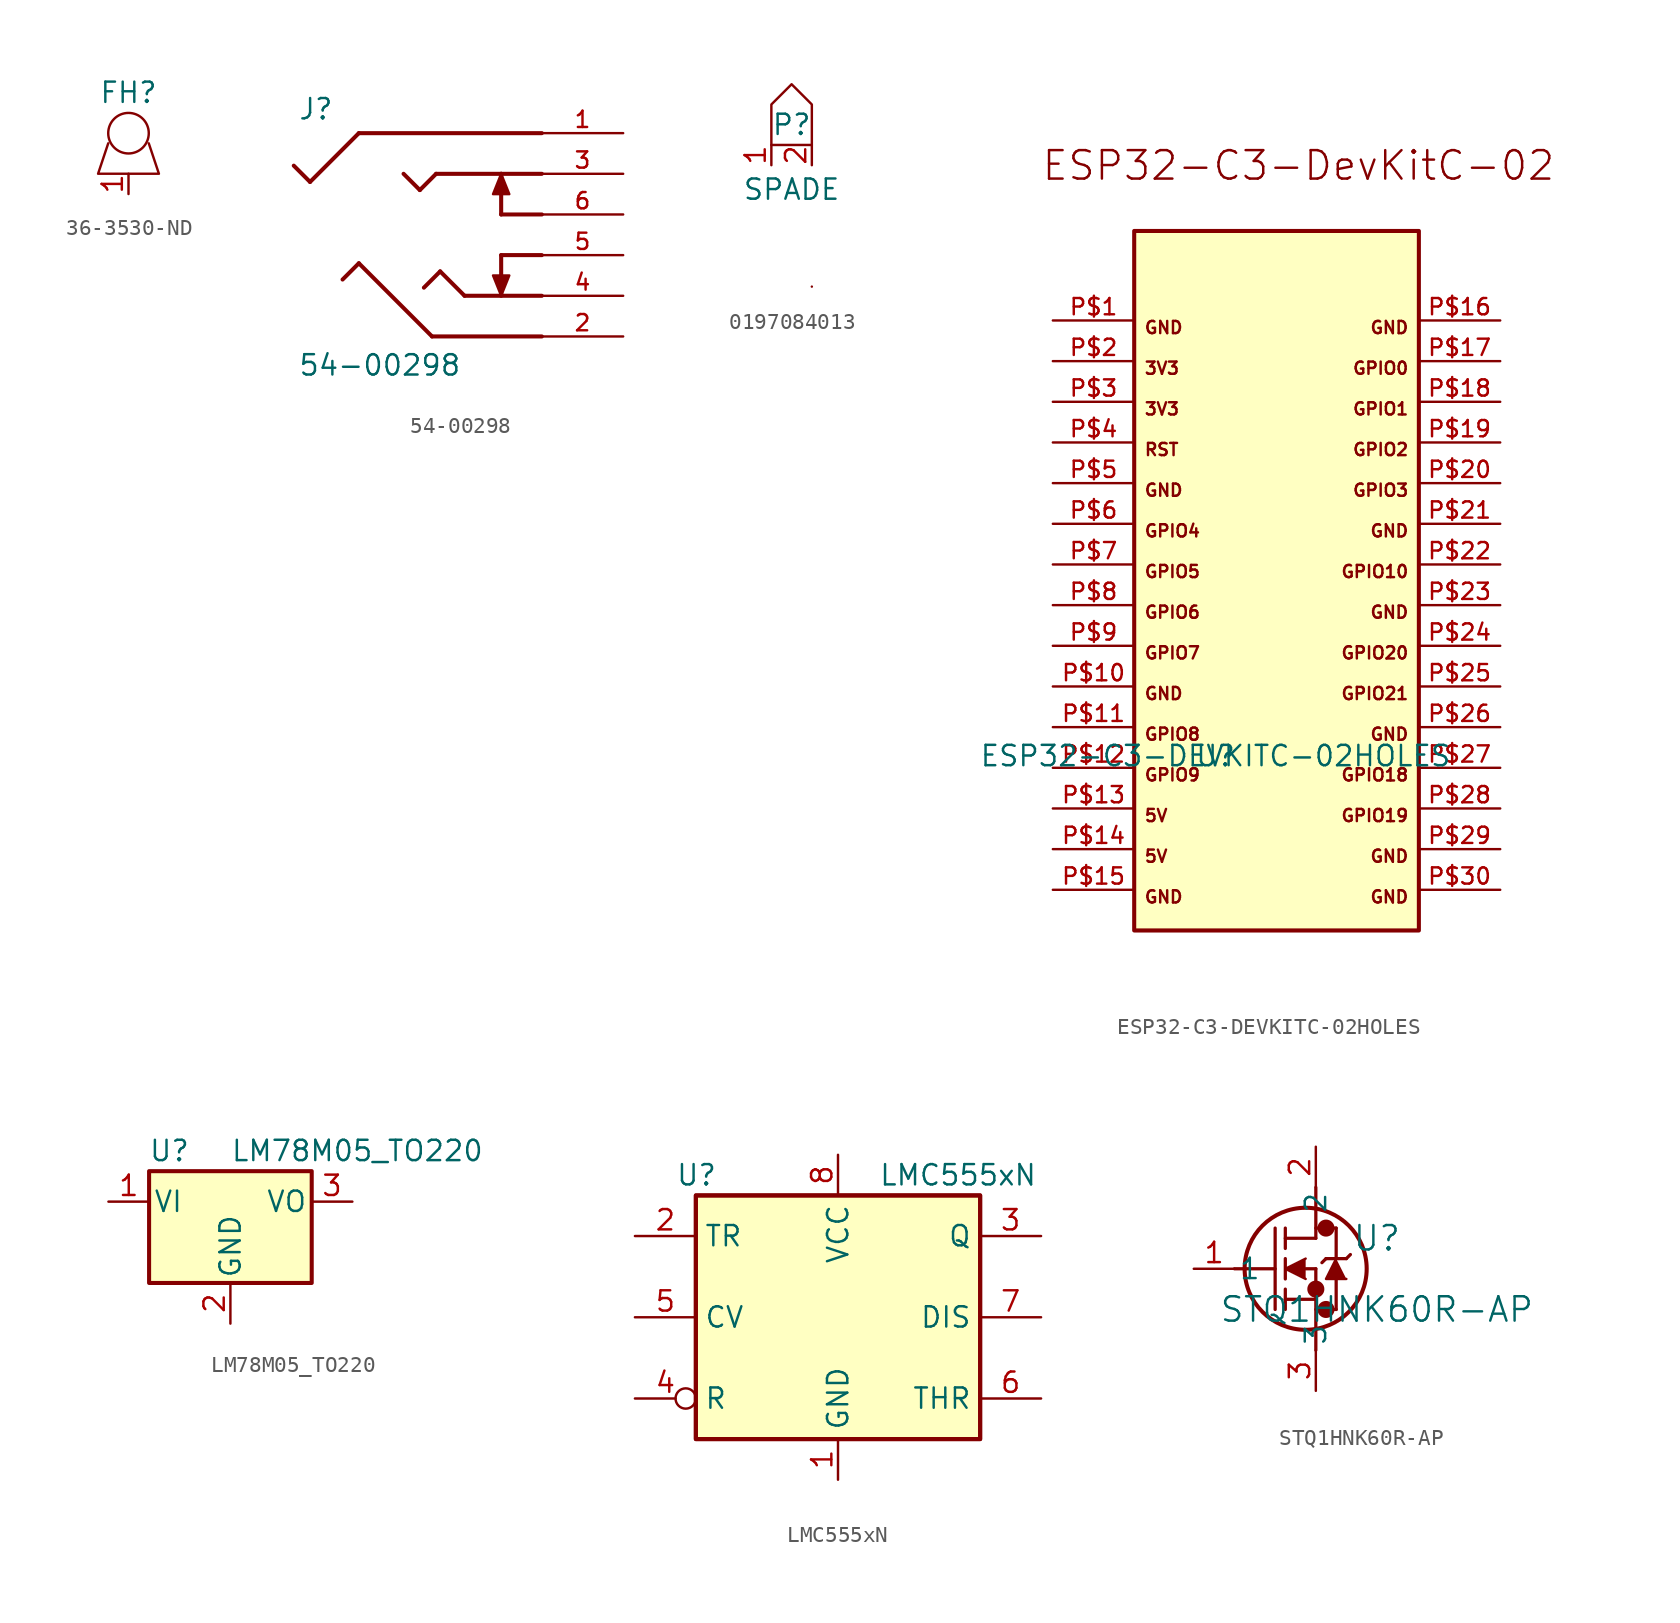
<source format=kicad_sym>
(kicad_symbol_lib
  (version 20231120)
  (generator "kicad_symbol_editor")
  (generator_version "8.0")
  (symbol "36-3530-ND"
    (property "Reference" "FH"
      (at 0 0 0)
      (effects (font (size 1.27 1.27))))
    (property "Value" ""
      (at 0 0 0)
      (effects (font (size 1.27 1.27))))
    (symbol "36-3530-ND_0_1"
      (polyline (pts (xy -1.27 -3.175) (xy -1.905 -5.08) (xy 1.905 -5.08) (xy 1.27 -3.175)) (stroke (width 0) (type default)) (fill (type none))))
    (symbol "36-3530-ND_1_1"
      (circle (center 0 -2.54) (radius 1.27) (stroke (width 0) (type default)) (fill (type none)))
      (pin unspecified line (at 0 -6.35 90) (length 1.27) (name "" (effects (font (size 1.27 1.27)))) (number "1" (effects (font (size 1.27 1.27)))))))
  (symbol "54-00298"
    (pin_names
      (offset 1.016))
    (property "Reference" "J"
      (at -15.24 8.382 0)
      (effects (font (size 1.27 1.27)) (justify left bottom)))
    (property "Value" "54-00298"
      (at -15.24 -7.62 0)
      (effects (font (size 1.27 1.27)) (justify left bottom)))
    (symbol "54-00298_0_0"
      (polyline (pts (xy -15.494 5.588) (xy -14.478 4.572)) (stroke (width 0.254) (type default)) (fill (type none)))
      (polyline (pts (xy -14.478 4.572) (xy -11.43 7.62)) (stroke (width 0.254) (type default)) (fill (type none)))
      (polyline (pts (xy -12.446 -1.524) (xy -11.43 -0.508)) (stroke (width 0.254) (type default)) (fill (type none)))
      (polyline (pts (xy -11.43 -0.508) (xy -6.858 -5.08)) (stroke (width 0.254) (type default)) (fill (type none)))
      (polyline (pts (xy -11.43 7.62) (xy 0 7.62)) (stroke (width 0.254) (type default)) (fill (type none)))
      (polyline (pts (xy -8.636 5.08) (xy -7.62 4.064)) (stroke (width 0.254) (type default)) (fill (type none)))
      (polyline (pts (xy -7.62 4.064) (xy -6.604 5.08)) (stroke (width 0.254) (type default)) (fill (type none)))
      (polyline (pts (xy -7.366 -2.032) (xy -6.35 -1.016)) (stroke (width 0.254) (type default)) (fill (type none)))
      (polyline (pts (xy -6.858 -5.08) (xy 0 -5.08)) (stroke (width 0.254) (type default)) (fill (type none)))
      (polyline (pts (xy -6.604 5.08) (xy -2.54 5.08)) (stroke (width 0.254) (type default)) (fill (type none)))
      (polyline (pts (xy -6.35 -1.016) (xy -4.826 -2.54)) (stroke (width 0.254) (type default)) (fill (type none)))
      (polyline (pts (xy -4.826 -2.54) (xy 0 -2.54)) (stroke (width 0.254) (type default)) (fill (type none)))
      (polyline (pts (xy -2.54 0) (xy -2.54 -2.54)) (stroke (width 0.254) (type default)) (fill (type none)))
      (polyline (pts (xy -2.54 0) (xy 0 0)) (stroke (width 0.254) (type default)) (fill (type none)))
      (polyline (pts (xy -2.54 2.54) (xy -2.54 5.08)) (stroke (width 0.254) (type default)) (fill (type none)))
      (polyline (pts (xy -2.54 2.54) (xy 0 2.54)) (stroke (width 0.254) (type default)) (fill (type none)))
      (polyline (pts (xy -2.54 5.08) (xy 0 5.08)) (stroke (width 0.254) (type default)) (fill (type none)))
      (polyline (pts (xy -2.54 -2.54) (xy -3.048 -1.27) (xy -2.032 -1.27) (xy -2.54 -2.54)) (stroke (width 0.152) (type default)) (fill (type outline)))
      (polyline (pts (xy -2.54 5.08) (xy -2.032 3.81) (xy -3.048 3.81) (xy -2.54 5.08)) (stroke (width 0.152) (type default)) (fill (type outline)))
      (pin passive line (at 5.08 7.62 180) (length 5.08) (name "~" (effects (font (size 1.016 1.016)))) (number "1" (effects (font (size 1.016 1.016)))))
      (pin passive line (at 5.08 -5.08 180) (length 5.08) (name "~" (effects (font (size 1.016 1.016)))) (number "2" (effects (font (size 1.016 1.016)))))
      (pin passive line (at 5.08 5.08 180) (length 5.08) (name "~" (effects (font (size 1.016 1.016)))) (number "3" (effects (font (size 1.016 1.016)))))
      (pin passive line (at 5.08 -2.54 180) (length 5.08) (name "~" (effects (font (size 1.016 1.016)))) (number "4" (effects (font (size 1.016 1.016)))))
      (pin passive line (at 5.08 0 180) (length 5.08) (name "~" (effects (font (size 1.016 1.016)))) (number "5" (effects (font (size 1.016 1.016)))))
      (pin passive line (at 5.08 2.54 180) (length 5.08) (name "~" (effects (font (size 1.016 1.016)))) (number "6" (effects (font (size 1.016 1.016)))))))
  (symbol "0197084013"
    (property "Reference" "P"
      (at 0 0 0)
      (effects (font (size 1.27 1.27))))
    (property "Value" "SPADE"
      (at 0 -4.064 0)
      (effects (font (size 1.27 1.27))))
    (symbol "0197084013_0_1"
      (polyline (pts (xy 1.27 -10.16) (xy 1.27 -10.16)) (stroke (width 0) (type default)) (fill (type none)))
      (polyline (pts (xy -1.27 -1.27) (xy -1.27 1.27) (xy 0 2.54) (xy 1.27 1.27) (xy 1.27 -1.27) (xy -1.27 -1.27)) (stroke (width 0) (type default)) (fill (type none))))
    (symbol "0197084013_1_1"
      (pin unspecified line (at -1.27 -2.54 90) (length 1.27) (name "" (effects (font (size 1.27 1.27)))) (number "1" (effects (font (size 1.27 1.27)))))
      (pin unspecified line (at 1.27 -2.54 90) (length 1.27) (name "" (effects (font (size 1.27 1.27)))) (number "2" (effects (font (size 1.27 1.27)))))))
  (symbol "ESP32-C3-DEVKITC-02HOLES"
    (pin_names
      (offset 1.016))
    (property "Reference" "U"
      (at 0 0 0)
      (effects (font (size 1.27 1.27)) (justify bottom)))
    (property "Value" "ESP32-C3-DEVKITC-02HOLES"
      (at 0 0 0)
      (effects (font (size 1.27 1.27)) (justify bottom)))
    (symbol "ESP32-C3-DEVKITC-02HOLES_0_0"
      (rectangle (start -5.08 33.531) (end 12.7 -10.16) (stroke (width 0.254) (type default)) (fill (type background)))
      (text " 3V3" (at -5.08 22.86 0) (effects (font (size 0.762 0.762)) (justify left top)))
      (text " 3V3" (at -5.08 25.4 0) (effects (font (size 0.762 0.762)) (justify left top)))
      (text " 5V" (at -5.08 -5.08 0) (effects (font (size 0.762 0.762)) (justify left top)))
      (text " 5V" (at -5.08 -2.54 0) (effects (font (size 0.762 0.762)) (justify left top)))
      (text " GND" (at -5.08 -7.62 0) (effects (font (size 0.762 0.762)) (justify left top)))
      (text " GND" (at -5.08 5.08 0) (effects (font (size 0.762 0.762)) (justify left top)))
      (text " GND" (at -5.08 17.78 0) (effects (font (size 0.762 0.762)) (justify left top)))
      (text " GND" (at -5.08 27.94 0) (effects (font (size 0.762 0.762)) (justify left top)))
      (text " GPIO4" (at -5.08 15.24 0) (effects (font (size 0.762 0.762)) (justify left top)))
      (text " GPIO5" (at -5.08 12.7 0) (effects (font (size 0.762 0.762)) (justify left top)))
      (text " GPIO6" (at -5.08 10.16 0) (effects (font (size 0.762 0.762)) (justify left top)))
      (text " GPIO7" (at -5.08 7.62 0) (effects (font (size 0.762 0.762)) (justify left top)))
      (text " GPIO8" (at -5.08 2.54 0) (effects (font (size 0.762 0.762)) (justify left top)))
      (text " GPIO9" (at -5.08 0 0) (effects (font (size 0.762 0.762)) (justify left top)))
      (text " RST" (at -5.08 20.32 0) (effects (font (size 0.762 0.762)) (justify left top)))
      (text "ESP32-C3-DevKitC-02" (at -10.922 36.576 0) (effects (font (size 1.778 1.778)) (justify left bottom)))
      (text "GND " (at 12.7 -7.62 0) (effects (font (size 0.762 0.762)) (justify right top)))
      (text "GND " (at 12.7 -5.08 0) (effects (font (size 0.762 0.762)) (justify right top)))
      (text "GND " (at 12.7 2.54 0) (effects (font (size 0.762 0.762)) (justify right top)))
      (text "GND " (at 12.7 10.16 0) (effects (font (size 0.762 0.762)) (justify right top)))
      (text "GND " (at 12.7 15.24 0) (effects (font (size 0.762 0.762)) (justify right top)))
      (text "GND " (at 12.7 27.94 0) (effects (font (size 0.762 0.762)) (justify right top)))
      (text "GPIO0 " (at 12.7 25.4 0) (effects (font (size 0.762 0.762)) (justify right top)))
      (text "GPIO1 " (at 12.7 22.86 0) (effects (font (size 0.762 0.762)) (justify right top)))
      (text "GPIO10 " (at 12.7 12.7 0) (effects (font (size 0.762 0.762)) (justify right top)))
      (text "GPIO18 " (at 12.7 0 0) (effects (font (size 0.762 0.762)) (justify right top)))
      (text "GPIO19 " (at 12.7 -2.54 0) (effects (font (size 0.762 0.762)) (justify right top)))
      (text "GPIO2 " (at 12.7 20.32 0) (effects (font (size 0.762 0.762)) (justify right top)))
      (text "GPIO20 " (at 12.7 7.62 0) (effects (font (size 0.762 0.762)) (justify right top)))
      (text "GPIO21 " (at 12.7 5.08 0) (effects (font (size 0.762 0.762)) (justify right top)))
      (text "GPIO3 " (at 12.7 17.78 0) (effects (font (size 0.762 0.762)) (justify right top)))
      (pin bidirectional line (at -10.16 27.94 0) (length 5.08) (name "~" (effects (font (size 1.016 1.016)))) (number "P$1" (effects (font (size 1.016 1.016)))))
      (pin bidirectional line (at -10.16 5.08 0) (length 5.08) (name "~" (effects (font (size 1.016 1.016)))) (number "P$10" (effects (font (size 1.016 1.016)))))
      (pin bidirectional line (at -10.16 2.54 0) (length 5.08) (name "~" (effects (font (size 1.016 1.016)))) (number "P$11" (effects (font (size 1.016 1.016)))))
      (pin bidirectional line (at -10.16 0 0) (length 5.08) (name "~" (effects (font (size 1.016 1.016)))) (number "P$12" (effects (font (size 1.016 1.016)))))
      (pin bidirectional line (at -10.16 -2.54 0) (length 5.08) (name "~" (effects (font (size 1.016 1.016)))) (number "P$13" (effects (font (size 1.016 1.016)))))
      (pin bidirectional line (at -10.16 -5.08 0) (length 5.08) (name "~" (effects (font (size 1.016 1.016)))) (number "P$14" (effects (font (size 1.016 1.016)))))
      (pin bidirectional line (at -10.16 -7.62 0) (length 5.08) (name "~" (effects (font (size 1.016 1.016)))) (number "P$15" (effects (font (size 1.016 1.016)))))
      (pin bidirectional line (at 17.78 27.94 180) (length 5.08) (name "~" (effects (font (size 1.016 1.016)))) (number "P$16" (effects (font (size 1.016 1.016)))))
      (pin bidirectional line (at 17.78 25.4 180) (length 5.08) (name "~" (effects (font (size 1.016 1.016)))) (number "P$17" (effects (font (size 1.016 1.016)))))
      (pin bidirectional line (at 17.78 22.86 180) (length 5.08) (name "~" (effects (font (size 1.016 1.016)))) (number "P$18" (effects (font (size 1.016 1.016)))))
      (pin bidirectional line (at 17.78 20.32 180) (length 5.08) (name "~" (effects (font (size 1.016 1.016)))) (number "P$19" (effects (font (size 1.016 1.016)))))
      (pin bidirectional line (at -10.16 25.4 0) (length 5.08) (name "~" (effects (font (size 1.016 1.016)))) (number "P$2" (effects (font (size 1.016 1.016)))))
      (pin bidirectional line (at 17.78 17.78 180) (length 5.08) (name "~" (effects (font (size 1.016 1.016)))) (number "P$20" (effects (font (size 1.016 1.016)))))
      (pin bidirectional line (at 17.78 15.24 180) (length 5.08) (name "~" (effects (font (size 1.016 1.016)))) (number "P$21" (effects (font (size 1.016 1.016)))))
      (pin bidirectional line (at 17.78 12.7 180) (length 5.08) (name "~" (effects (font (size 1.016 1.016)))) (number "P$22" (effects (font (size 1.016 1.016)))))
      (pin bidirectional line (at 17.78 10.16 180) (length 5.08) (name "~" (effects (font (size 1.016 1.016)))) (number "P$23" (effects (font (size 1.016 1.016)))))
      (pin bidirectional line (at 17.78 7.62 180) (length 5.08) (name "~" (effects (font (size 1.016 1.016)))) (number "P$24" (effects (font (size 1.016 1.016)))))
      (pin bidirectional line (at 17.78 5.08 180) (length 5.08) (name "~" (effects (font (size 1.016 1.016)))) (number "P$25" (effects (font (size 1.016 1.016)))))
      (pin bidirectional line (at 17.78 2.54 180) (length 5.08) (name "~" (effects (font (size 1.016 1.016)))) (number "P$26" (effects (font (size 1.016 1.016)))))
      (pin bidirectional line (at 17.78 0 180) (length 5.08) (name "~" (effects (font (size 1.016 1.016)))) (number "P$27" (effects (font (size 1.016 1.016)))))
      (pin bidirectional line (at 17.78 -2.54 180) (length 5.08) (name "~" (effects (font (size 1.016 1.016)))) (number "P$28" (effects (font (size 1.016 1.016)))))
      (pin bidirectional line (at 17.78 -5.08 180) (length 5.08) (name "~" (effects (font (size 1.016 1.016)))) (number "P$29" (effects (font (size 1.016 1.016)))))
      (pin bidirectional line (at -10.16 22.86 0) (length 5.08) (name "~" (effects (font (size 1.016 1.016)))) (number "P$3" (effects (font (size 1.016 1.016)))))
      (pin bidirectional line (at 17.78 -7.62 180) (length 5.08) (name "~" (effects (font (size 1.016 1.016)))) (number "P$30" (effects (font (size 1.016 1.016)))))
      (pin bidirectional line (at -10.16 20.32 0) (length 5.08) (name "~" (effects (font (size 1.016 1.016)))) (number "P$4" (effects (font (size 1.016 1.016)))))
      (pin bidirectional line (at -10.16 17.78 0) (length 5.08) (name "~" (effects (font (size 1.016 1.016)))) (number "P$5" (effects (font (size 1.016 1.016)))))
      (pin bidirectional line (at -10.16 15.24 0) (length 5.08) (name "~" (effects (font (size 1.016 1.016)))) (number "P$6" (effects (font (size 1.016 1.016)))))
      (pin bidirectional line (at -10.16 12.7 0) (length 5.08) (name "~" (effects (font (size 1.016 1.016)))) (number "P$7" (effects (font (size 1.016 1.016)))))
      (pin bidirectional line (at -10.16 10.16 0) (length 5.08) (name "~" (effects (font (size 1.016 1.016)))) (number "P$8" (effects (font (size 1.016 1.016)))))
      (pin bidirectional line (at -10.16 7.62 0) (length 5.08) (name "~" (effects (font (size 1.016 1.016)))) (number "P$9" (effects (font (size 1.016 1.016)))))))
  (symbol "LM78M05_TO220"
    (pin_names
      (offset 0.254))
    (property "Reference" "U"
      (at -3.81 3.175 0)
      (effects (font (size 1.27 1.27))))
    (property "Value" "LM78M05_TO220"
      (at 0 3.175 0)
      (effects (font (size 1.27 1.27)) (justify left)))
    (symbol "LM78M05_TO220_0_1"
      (rectangle (start -5.08 1.905) (end 5.08 -5.08) (stroke (width 0.254) (type default)) (fill (type background))))
    (symbol "LM78M05_TO220_1_1"
      (pin power_in line (at -7.62 0 0) (length 2.54) (name "VI" (effects (font (size 1.27 1.27)))) (number "1" (effects (font (size 1.27 1.27)))))
      (pin power_in line (at 0 -7.62 90) (length 2.54) (name "GND" (effects (font (size 1.27 1.27)))) (number "2" (effects (font (size 1.27 1.27)))))
      (pin power_out line (at 7.62 0 180) (length 2.54) (name "VO" (effects (font (size 1.27 1.27)))) (number "3" (effects (font (size 1.27 1.27)))))))
  (symbol "LMC555xN"
    (property "Reference" "U"
      (at -10.16 8.89 0)
      (effects (font (size 1.27 1.27)) (justify left)))
    (property "Value" "LMC555xN"
      (at 2.54 8.89 0)
      (effects (font (size 1.27 1.27)) (justify left)))
    (symbol "LMC555xN_0_0"
      (pin power_in line (at 0 -10.16 90) (length 2.54) (name "GND" (effects (font (size 1.27 1.27)))) (number "1" (effects (font (size 1.27 1.27)))))
      (pin power_in line (at 0 10.16 270) (length 2.54) (name "VCC" (effects (font (size 1.27 1.27)))) (number "8" (effects (font (size 1.27 1.27))))))
    (symbol "LMC555xN_0_1"
      (rectangle (start -8.89 -7.62) (end 8.89 7.62) (stroke (width 0.254) (type default)) (fill (type background)))
      (rectangle (start -8.89 -7.62) (end 8.89 7.62) (stroke (width 0.254) (type default)) (fill (type background))))
    (symbol "LMC555xN_1_1"
      (pin input line (at -12.7 5.08 0) (length 3.81) (name "TR" (effects (font (size 1.27 1.27)))) (number "2" (effects (font (size 1.27 1.27)))))
      (pin output line (at 12.7 5.08 180) (length 3.81) (name "Q" (effects (font (size 1.27 1.27)))) (number "3" (effects (font (size 1.27 1.27)))))
      (pin input inverted (at -12.7 -5.08 0) (length 3.81) (name "R" (effects (font (size 1.27 1.27)))) (number "4" (effects (font (size 1.27 1.27)))))
      (pin input line (at -12.7 0 0) (length 3.81) (name "CV" (effects (font (size 1.27 1.27)))) (number "5" (effects (font (size 1.27 1.27)))))
      (pin input line (at 12.7 -5.08 180) (length 3.81) (name "THR" (effects (font (size 1.27 1.27)))) (number "6" (effects (font (size 1.27 1.27)))))
      (pin input line (at 12.7 0 180) (length 3.81) (name "DIS" (effects (font (size 1.27 1.27)))) (number "7" (effects (font (size 1.27 1.27)))))))
  (symbol "STQ1HNK60R-AP"
    (pin_names
      (offset 0.254))
    (property "Reference" "U"
      (at 11.43 1.905 0)
      (effects (font (size 1.524 1.524))))
    (property "Value" "STQ1HNK60R-AP"
      (at 11.43 -2.54 0)
      (effects (font (size 1.524 1.524))))
    (property "ki_locked" ""
      (at 0 0 0)
      (effects (font (size 1.27 1.27))))
    (symbol "STQ1HNK60R-AP_1_1"
      (polyline (pts (xy 2.54 0) (xy 5.08 0)) (stroke (width 0.203) (type default)) (fill (type none)))
      (polyline (pts (xy 5.08 -2.54) (xy 5.08 2.54)) (stroke (width 0.203) (type default)) (fill (type none)))
      (polyline (pts (xy 5.715 -2.54) (xy 5.715 -1.27)) (stroke (width 0.203) (type default)) (fill (type none)))
      (polyline (pts (xy 5.715 -1.905) (xy 7.62 -1.905)) (stroke (width 0.203) (type default)) (fill (type none)))
      (polyline (pts (xy 5.715 -0.635) (xy 5.715 0.635)) (stroke (width 0.203) (type default)) (fill (type none)))
      (polyline (pts (xy 5.715 1.27) (xy 5.715 2.54)) (stroke (width 0.203) (type default)) (fill (type none)))
      (polyline (pts (xy 5.715 1.905) (xy 7.62 1.905)) (stroke (width 0.203) (type default)) (fill (type none)))
      (polyline (pts (xy 6.985 0) (xy 7.62 0)) (stroke (width 0.203) (type default)) (fill (type none)))
      (polyline (pts (xy 7.62 -5.08) (xy 7.62 0)) (stroke (width 0.203) (type default)) (fill (type none)))
      (polyline (pts (xy 7.62 -2.54) (xy 8.89 -2.54)) (stroke (width 0.203) (type default)) (fill (type none)))
      (polyline (pts (xy 7.62 1.905) (xy 7.62 5.08)) (stroke (width 0.203) (type default)) (fill (type none)))
      (polyline (pts (xy 7.62 2.54) (xy 8.89 2.54)) (stroke (width 0.203) (type default)) (fill (type none)))
      (polyline (pts (xy 8.255 0.635) (xy 8.001 0.381)) (stroke (width 0.203) (type default)) (fill (type none)))
      (polyline (pts (xy 8.89 -2.54) (xy 8.89 -0.635)) (stroke (width 0.203) (type default)) (fill (type none)))
      (polyline (pts (xy 8.89 0.635) (xy 8.89 2.54)) (stroke (width 0.203) (type default)) (fill (type none)))
      (polyline (pts (xy 9.525 0.635) (xy 8.255 0.635)) (stroke (width 0.203) (type default)) (fill (type none)))
      (polyline (pts (xy 9.779 0.889) (xy 9.525 0.635)) (stroke (width 0.203) (type default)) (fill (type none)))
      (polyline (pts (xy 6.985 0.635) (xy 5.715 0) (xy 6.985 -0.635)) (stroke (width 0) (type default)) (fill (type outline)))
      (polyline (pts (xy 9.525 -0.635) (xy 8.255 -0.635) (xy 8.89 0.635)) (stroke (width 0) (type default)) (fill (type outline)))
      (circle (center 6.985 0) (radius 3.81) (stroke (width 0.254) (type default)) (fill (type none)))
      (circle (center 7.62 -1.27) (radius 0.025) (stroke (width 0.508) (type default)) (fill (type none)))
      (circle (center 8.255 -2.54) (radius 0.025) (stroke (width 0.508) (type default)) (fill (type none)))
      (circle (center 8.255 2.54) (radius 0.025) (stroke (width 0.508) (type default)) (fill (type none)))
      (pin unspecified line (at 0 0 0) (length 2.54) (name "1" (effects (font (size 1.27 1.27)))) (number "1" (effects (font (size 1.27 1.27)))))
      (pin unspecified line (at 7.62 7.62 270) (length 2.54) (name "2" (effects (font (size 1.27 1.27)))) (number "2" (effects (font (size 1.27 1.27)))))
      (pin unspecified line (at 7.62 -7.62 90) (length 2.54) (name "3" (effects (font (size 1.27 1.27)))) (number "3" (effects (font (size 1.27 1.27))))))))
</source>
